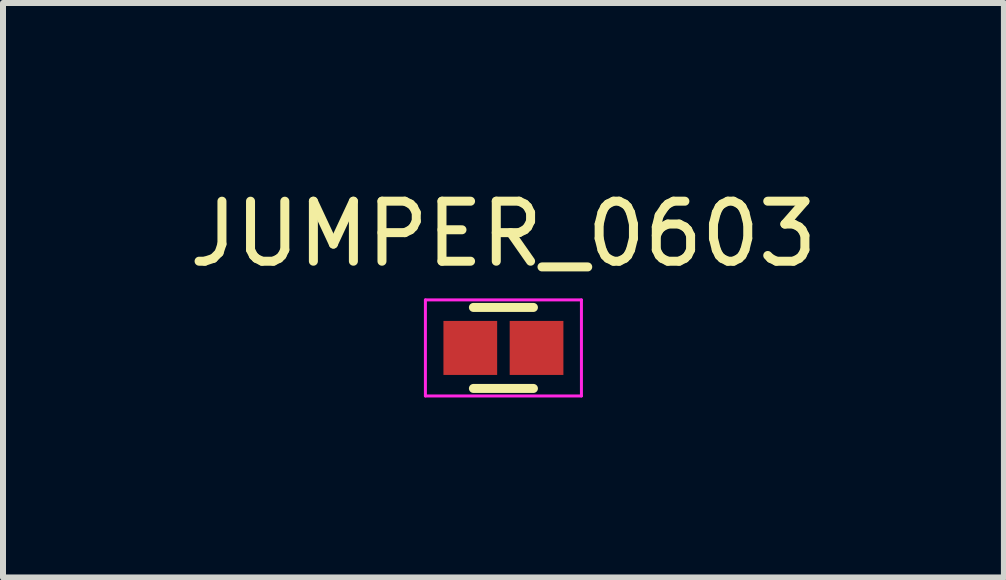
<source format=kicad_pcb>
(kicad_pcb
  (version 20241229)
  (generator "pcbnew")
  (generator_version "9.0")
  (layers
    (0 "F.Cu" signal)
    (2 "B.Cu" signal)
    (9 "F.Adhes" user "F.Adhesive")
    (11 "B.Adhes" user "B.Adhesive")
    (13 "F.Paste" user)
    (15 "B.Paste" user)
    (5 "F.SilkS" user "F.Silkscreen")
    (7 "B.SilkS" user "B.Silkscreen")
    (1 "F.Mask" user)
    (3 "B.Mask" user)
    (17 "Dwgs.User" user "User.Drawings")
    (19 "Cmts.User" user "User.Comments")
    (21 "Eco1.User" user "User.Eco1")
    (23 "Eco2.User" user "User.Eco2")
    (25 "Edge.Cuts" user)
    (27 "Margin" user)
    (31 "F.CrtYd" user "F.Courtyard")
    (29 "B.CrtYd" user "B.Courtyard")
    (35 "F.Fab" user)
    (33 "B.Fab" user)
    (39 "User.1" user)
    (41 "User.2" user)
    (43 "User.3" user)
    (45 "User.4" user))
  (footprint "JUMPER_0603"
    (layer "F.Cu")
    (at 5.339 2.748)
    (property "Reference" "JUMPER_0603" (at 0 -1.9 0) (layer "F.SilkS") (effects (font (size 1 1) (thickness 0.15))))
    (attr smd)
    (fp_line (start -0.5 -0.675) (end 0.5 -0.675) (stroke (width 0.15) (type solid)) (layer "F.SilkS"))
    (fp_line (start 0.5 0.675) (end -0.5 0.675) (stroke (width 0.15) (type solid)) (layer "F.SilkS"))
    (fp_line (start -1.3 -0.8) (end -1.3 0.8) (stroke (width 0.05) (type solid)) (layer "F.CrtYd"))
    (fp_line (start -1.3 -0.8) (end 1.3 -0.8) (stroke (width 0.05) (type solid)) (layer "F.CrtYd"))
    (fp_line (start -1.3 0.8) (end 1.3 0.8) (stroke (width 0.05) (type solid)) (layer "F.CrtYd"))
    (fp_line (start 1.3 -0.8) (end 1.3 0.8) (stroke (width 0.05) (type solid)) (layer "F.CrtYd"))
    (pad "1" smd rect (at -0.552 0) (size 0.895 0.9) (layers "F.Cu" "F.Mask" "F.Paste"))
    (pad "2" smd rect (at 0.552 0) (size 0.895 0.9) (layers "F.Cu" "F.Mask" "F.Paste")))
  (gr_rect
    (start -3 -3)
    (end 13.679 6.573)
    (stroke (width 0.1) (type default))
    (fill no)
    (layer "Edge.Cuts")))
</source>
